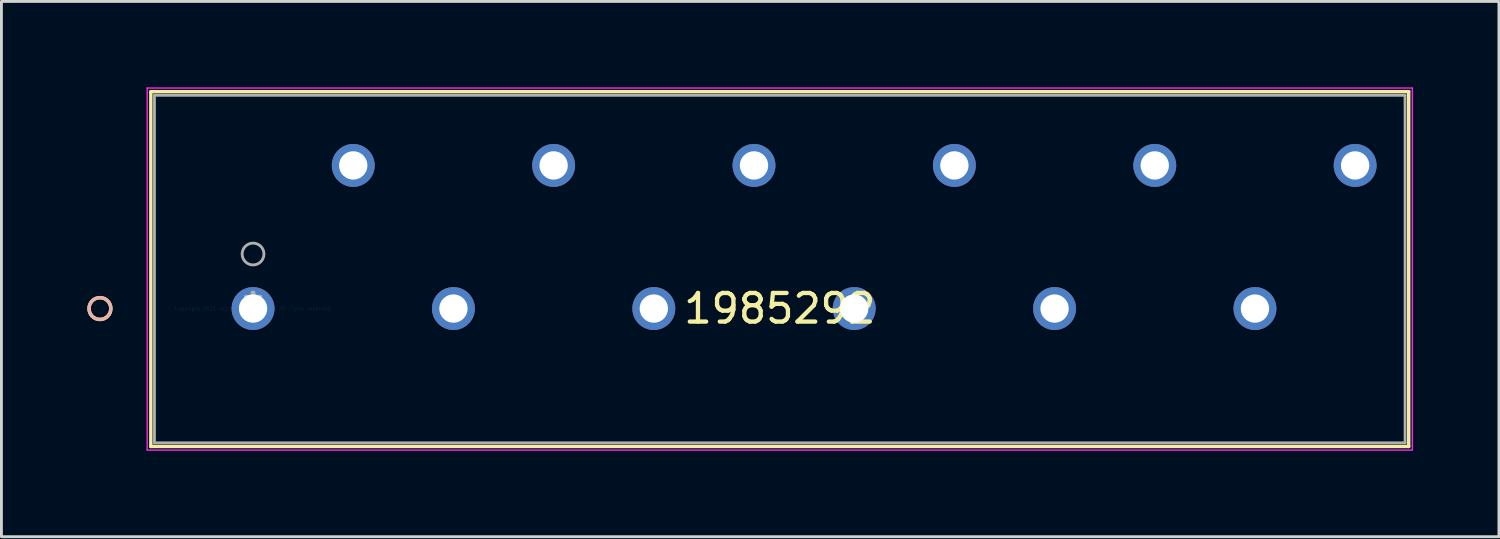
<source format=kicad_pcb>
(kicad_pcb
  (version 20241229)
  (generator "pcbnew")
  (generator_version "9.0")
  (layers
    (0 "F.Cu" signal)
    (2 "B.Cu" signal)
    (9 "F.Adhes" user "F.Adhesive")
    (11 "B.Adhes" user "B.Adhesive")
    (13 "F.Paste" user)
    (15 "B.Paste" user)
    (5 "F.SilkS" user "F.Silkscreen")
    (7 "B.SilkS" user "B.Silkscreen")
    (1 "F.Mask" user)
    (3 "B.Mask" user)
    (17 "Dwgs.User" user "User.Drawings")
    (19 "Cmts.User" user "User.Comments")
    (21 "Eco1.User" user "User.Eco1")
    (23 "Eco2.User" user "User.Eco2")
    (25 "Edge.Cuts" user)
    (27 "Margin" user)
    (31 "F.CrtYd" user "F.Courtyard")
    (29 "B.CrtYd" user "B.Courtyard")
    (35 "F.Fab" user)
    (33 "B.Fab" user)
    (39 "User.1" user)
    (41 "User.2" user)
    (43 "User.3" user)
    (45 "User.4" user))
  (footprint "1985292"
    (layer "F.Cu")
    (at 5.79 7.729)
    (property "Reference" "1985292" (at 18.4 0 0) (layer "F.SilkS") (effects (font (size 1 1) (thickness 0.15))))
    (attr through_hole)
    (fp_line (start -3.571 -7.577) (end -3.571 4.818) (stroke (width 0.12) (type solid)) (layer "F.SilkS"))
    (fp_line (start -3.571 4.818) (end 40.371 4.818) (stroke (width 0.12) (type solid)) (layer "F.SilkS"))
    (fp_line (start 40.371 -7.577) (end -3.571 -7.577) (stroke (width 0.12) (type solid)) (layer "F.SilkS"))
    (fp_line (start 40.371 4.818) (end 40.371 -7.577) (stroke (width 0.12) (type solid)) (layer "F.SilkS"))
    (fp_circle (center -5.349 0) (end -4.968 0) (stroke (width 0.12) (type solid)) (fill no) (layer "F.SilkS"))
    (fp_circle (center -5.349 0) (end -4.968 0) (stroke (width 0.12) (type solid)) (fill no) (layer "B.SilkS"))
    (fp_line (start -3.698 -7.704) (end -3.698 4.945) (stroke (width 0.05) (type solid)) (layer "F.CrtYd"))
    (fp_line (start -3.698 4.945) (end 40.498 4.945) (stroke (width 0.05) (type solid)) (layer "F.CrtYd"))
    (fp_line (start 40.498 -7.704) (end -3.698 -7.704) (stroke (width 0.05) (type solid)) (layer "F.CrtYd"))
    (fp_line (start 40.498 4.945) (end 40.498 -7.704) (stroke (width 0.05) (type solid)) (layer "F.CrtYd"))
    (fp_line (start -3.444 -7.45) (end -3.444 4.691) (stroke (width 0.1) (type solid)) (layer "F.Fab"))
    (fp_line (start -3.444 4.691) (end 40.244 4.691) (stroke (width 0.1) (type solid)) (layer "F.Fab"))
    (fp_line (start 40.244 -7.45) (end -3.444 -7.45) (stroke (width 0.1) (type solid)) (layer "F.Fab"))
    (fp_line (start 40.244 4.691) (end 40.244 -7.45) (stroke (width 0.1) (type solid)) (layer "F.Fab"))
    (fp_circle (center 0 -1.905) (end 0.381 -1.905) (stroke (width 0.1) (type solid)) (fill no) (layer "F.Fab"))
    (fp_text user "*" (at 0 0 0) (layer "F.SilkS") (effects (font (size 1 1) (thickness 0.15))))
    (fp_text user "Copyright 2021 Accelerated Designs. All rights reserved." (at 0 0 0) (layer "Cmts.User") (effects (font (size 0.127 0.127) (thickness 0.002))))
    (fp_text user "*" (at 0 0 0) (layer "F.Fab") (effects (font (size 1 1) (thickness 0.15))))
    (pad "1" thru_hole circle (at 0 0) (size 1.499 1.499) (drill 0.991) (layers "*.Cu" "*.Mask"))
    (pad "2" thru_hole circle (at 3.5 -5) (size 1.499 1.499) (drill 0.991) (layers "*.Cu" "*.Mask"))
    (pad "3" thru_hole circle (at 7 0) (size 1.499 1.499) (drill 0.991) (layers "*.Cu" "*.Mask"))
    (pad "4" thru_hole circle (at 10.5 -5) (size 1.499 1.499) (drill 0.991) (layers "*.Cu" "*.Mask"))
    (pad "5" thru_hole circle (at 14 0) (size 1.499 1.499) (drill 0.991) (layers "*.Cu" "*.Mask"))
    (pad "6" thru_hole circle (at 17.5 -5) (size 1.499 1.499) (drill 0.991) (layers "*.Cu" "*.Mask"))
    (pad "7" thru_hole circle (at 21 0) (size 1.499 1.499) (drill 0.991) (layers "*.Cu" "*.Mask"))
    (pad "8" thru_hole circle (at 24.5 -5) (size 1.499 1.499) (drill 0.991) (layers "*.Cu" "*.Mask"))
    (pad "9" thru_hole circle (at 28 0) (size 1.499 1.499) (drill 0.991) (layers "*.Cu" "*.Mask"))
    (pad "10" thru_hole circle (at 31.5 -5) (size 1.499 1.499) (drill 0.991) (layers "*.Cu" "*.Mask"))
    (pad "11" thru_hole circle (at 35 0) (size 1.499 1.499) (drill 0.991) (layers "*.Cu" "*.Mask"))
    (pad "12" thru_hole circle (at 38.5 -5) (size 1.499 1.499) (drill 0.991) (layers "*.Cu" "*.Mask")))
  (gr_rect
    (start -3 -3)
    (end 49.313 15.699)
    (stroke (width 0.1) (type default))
    (fill no)
    (layer "Edge.Cuts")))
</source>
